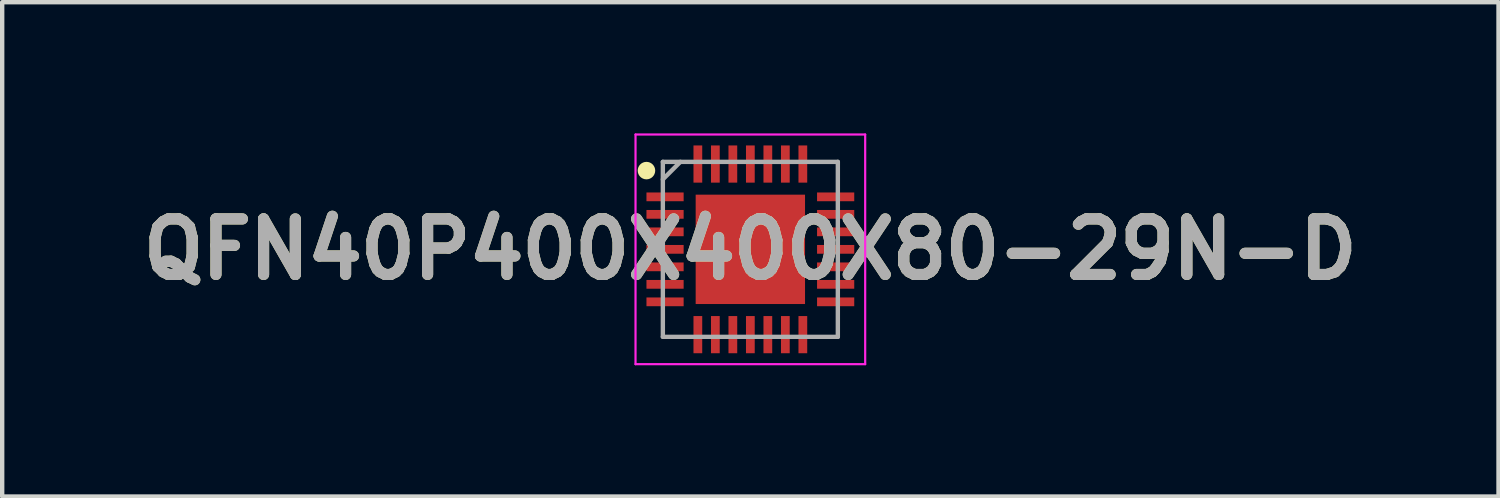
<source format=kicad_pcb>
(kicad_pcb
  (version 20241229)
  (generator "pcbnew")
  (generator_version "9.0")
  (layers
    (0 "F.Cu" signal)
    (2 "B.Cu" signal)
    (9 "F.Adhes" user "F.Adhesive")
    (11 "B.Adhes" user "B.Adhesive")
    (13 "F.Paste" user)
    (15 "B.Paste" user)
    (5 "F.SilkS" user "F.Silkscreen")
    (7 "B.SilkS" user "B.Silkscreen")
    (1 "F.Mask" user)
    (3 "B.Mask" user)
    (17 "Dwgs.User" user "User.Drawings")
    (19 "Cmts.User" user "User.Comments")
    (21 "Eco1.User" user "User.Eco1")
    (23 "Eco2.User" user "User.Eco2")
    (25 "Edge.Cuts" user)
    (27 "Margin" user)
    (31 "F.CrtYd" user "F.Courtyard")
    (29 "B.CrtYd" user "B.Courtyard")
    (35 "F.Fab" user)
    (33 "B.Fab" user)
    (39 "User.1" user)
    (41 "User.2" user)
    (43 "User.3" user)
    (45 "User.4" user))
  (footprint "QFN40P400X400X80-29N-D"
    (layer "F.Cu")
    (at 14.103 2.65)
    (property "Reference" "QFN40P400X400X80-29N-D" (at 0 0 0) (layer "F.SilkS") (effects (font (size 1.27 1.27) (thickness 0.254))))
    (attr smd)
    (fp_circle (center -2.375 -1.8) (end -2.375 -1.7) (stroke (width 0.2) (type solid)) (fill no) (layer "F.SilkS"))
    (fp_line (start -2.625 -2.625) (end 2.625 -2.625) (stroke (width 0.05) (type solid)) (layer "F.CrtYd"))
    (fp_line (start -2.625 2.625) (end -2.625 -2.625) (stroke (width 0.05) (type solid)) (layer "F.CrtYd"))
    (fp_line (start 2.625 -2.625) (end 2.625 2.625) (stroke (width 0.05) (type solid)) (layer "F.CrtYd"))
    (fp_line (start 2.625 2.625) (end -2.625 2.625) (stroke (width 0.05) (type solid)) (layer "F.CrtYd"))
    (fp_line (start -2 -2) (end 2 -2) (stroke (width 0.1) (type solid)) (layer "F.Fab"))
    (fp_line (start -2 -1.6) (end -1.6 -2) (stroke (width 0.1) (type solid)) (layer "F.Fab"))
    (fp_line (start -2 2) (end -2 -2) (stroke (width 0.1) (type solid)) (layer "F.Fab"))
    (fp_line (start 2 -2) (end 2 2) (stroke (width 0.1) (type solid)) (layer "F.Fab"))
    (fp_line (start 2 2) (end -2 2) (stroke (width 0.1) (type solid)) (layer "F.Fab"))
    (fp_text user "${REFERENCE}" (at 0 0 0) (layer "F.Fab") (effects (font (size 1.27 1.27) (thickness 0.254))))
    (pad "1" smd rect (at -1.95 -1.2 90) (size 0.2 0.85) (layers "F.Cu" "F.Mask" "F.Paste"))
    (pad "2" smd rect (at -1.95 -0.8 90) (size 0.2 0.85) (layers "F.Cu" "F.Mask" "F.Paste"))
    (pad "3" smd rect (at -1.95 -0.4 90) (size 0.2 0.85) (layers "F.Cu" "F.Mask" "F.Paste"))
    (pad "4" smd rect (at -1.95 0 90) (size 0.2 0.85) (layers "F.Cu" "F.Mask" "F.Paste"))
    (pad "5" smd rect (at -1.95 0.4 90) (size 0.2 0.85) (layers "F.Cu" "F.Mask" "F.Paste"))
    (pad "6" smd rect (at -1.95 0.8 90) (size 0.2 0.85) (layers "F.Cu" "F.Mask" "F.Paste"))
    (pad "7" smd rect (at -1.95 1.2 90) (size 0.2 0.85) (layers "F.Cu" "F.Mask" "F.Paste"))
    (pad "8" smd rect (at -1.2 1.95) (size 0.2 0.85) (layers "F.Cu" "F.Mask" "F.Paste"))
    (pad "9" smd rect (at -0.8 1.95) (size 0.2 0.85) (layers "F.Cu" "F.Mask" "F.Paste"))
    (pad "10" smd rect (at -0.4 1.95) (size 0.2 0.85) (layers "F.Cu" "F.Mask" "F.Paste"))
    (pad "11" smd rect (at 0 1.95) (size 0.2 0.85) (layers "F.Cu" "F.Mask" "F.Paste"))
    (pad "12" smd rect (at 0.4 1.95) (size 0.2 0.85) (layers "F.Cu" "F.Mask" "F.Paste"))
    (pad "13" smd rect (at 0.8 1.95) (size 0.2 0.85) (layers "F.Cu" "F.Mask" "F.Paste"))
    (pad "14" smd rect (at 1.2 1.95) (size 0.2 0.85) (layers "F.Cu" "F.Mask" "F.Paste"))
    (pad "15" smd rect (at 1.95 1.2 90) (size 0.2 0.85) (layers "F.Cu" "F.Mask" "F.Paste"))
    (pad "16" smd rect (at 1.95 0.8 90) (size 0.2 0.85) (layers "F.Cu" "F.Mask" "F.Paste"))
    (pad "17" smd rect (at 1.95 0.4 90) (size 0.2 0.85) (layers "F.Cu" "F.Mask" "F.Paste"))
    (pad "18" smd rect (at 1.95 0 90) (size 0.2 0.85) (layers "F.Cu" "F.Mask" "F.Paste"))
    (pad "19" smd rect (at 1.95 -0.4 90) (size 0.2 0.85) (layers "F.Cu" "F.Mask" "F.Paste"))
    (pad "20" smd rect (at 1.95 -0.8 90) (size 0.2 0.85) (layers "F.Cu" "F.Mask" "F.Paste"))
    (pad "21" smd rect (at 1.95 -1.2 90) (size 0.2 0.85) (layers "F.Cu" "F.Mask" "F.Paste"))
    (pad "22" smd rect (at 1.2 -1.95) (size 0.2 0.85) (layers "F.Cu" "F.Mask" "F.Paste"))
    (pad "23" smd rect (at 0.8 -1.95) (size 0.2 0.85) (layers "F.Cu" "F.Mask" "F.Paste"))
    (pad "24" smd rect (at 0.4 -1.95) (size 0.2 0.85) (layers "F.Cu" "F.Mask" "F.Paste"))
    (pad "25" smd rect (at 0 -1.95) (size 0.2 0.85) (layers "F.Cu" "F.Mask" "F.Paste"))
    (pad "26" smd rect (at -0.4 -1.95) (size 0.2 0.85) (layers "F.Cu" "F.Mask" "F.Paste"))
    (pad "27" smd rect (at -0.8 -1.95) (size 0.2 0.85) (layers "F.Cu" "F.Mask" "F.Paste"))
    (pad "28" smd rect (at -1.2 -1.95) (size 0.2 0.85) (layers "F.Cu" "F.Mask" "F.Paste"))
    (pad "29" smd rect (at 0 0) (size 2.5 2.5) (layers "F.Cu" "F.Mask" "F.Paste")))
  (gr_rect
    (start -3 -3)
    (end 31.206 8.3)
    (stroke (width 0.1) (type default))
    (fill no)
    (layer "Edge.Cuts")))
</source>
